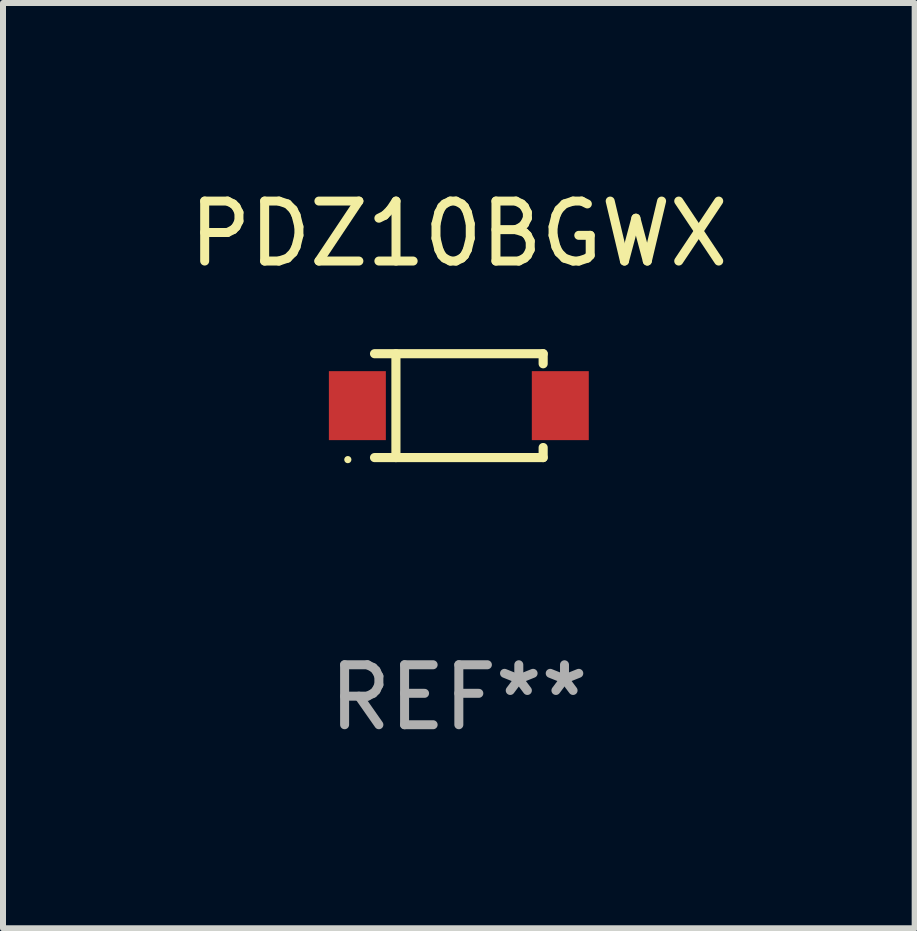
<source format=kicad_pcb>
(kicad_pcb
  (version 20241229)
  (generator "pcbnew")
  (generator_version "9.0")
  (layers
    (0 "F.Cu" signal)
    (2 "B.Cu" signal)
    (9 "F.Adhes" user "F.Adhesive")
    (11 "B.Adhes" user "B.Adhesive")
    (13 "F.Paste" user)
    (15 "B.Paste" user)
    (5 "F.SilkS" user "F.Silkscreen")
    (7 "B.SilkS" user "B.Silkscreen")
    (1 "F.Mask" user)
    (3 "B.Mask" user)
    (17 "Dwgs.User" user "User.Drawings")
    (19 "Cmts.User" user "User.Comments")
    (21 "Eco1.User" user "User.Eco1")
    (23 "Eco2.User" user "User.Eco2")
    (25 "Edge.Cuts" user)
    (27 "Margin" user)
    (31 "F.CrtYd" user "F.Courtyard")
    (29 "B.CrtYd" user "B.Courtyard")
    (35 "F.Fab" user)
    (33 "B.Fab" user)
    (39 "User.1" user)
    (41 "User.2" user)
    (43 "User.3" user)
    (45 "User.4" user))
  (footprint "PDZ10BGWX"
    (layer "F.Cu")
    (at 4.601 3.714)
    (property "Reference" "PDZ10BGWX" (at 0 -2.866 0) (layer "F.SilkS") (effects (font (size 1 1) (thickness 0.15))))
    (attr through_hole)
    (fp_line (start -1.406 -0.866) (end 1.406 -0.866) (stroke (width 0.152) (type solid)) (layer "F.SilkS"))
    (fp_line (start -1.406 0.866) (end 1.406 0.866) (stroke (width 0.152) (type solid)) (layer "F.SilkS"))
    (fp_line (start -1.049 -0.866) (end -1.049 0.866) (stroke (width 0.152) (type solid)) (layer "F.SilkS"))
    (fp_line (start 1.406 -0.866) (end 1.406 -0.698) (stroke (width 0.152) (type solid)) (layer "F.SilkS"))
    (fp_line (start 1.406 0.866) (end 1.406 0.698) (stroke (width 0.152) (type solid)) (layer "F.SilkS"))
    (fp_circle (center -1.851 0.9) (end -1.821 0.9) (stroke (width 0.06) (type solid)) (fill no) (layer "F.SilkS"))
    (fp_text user "REF**" (at 0 4.866 0) (layer "F.Fab") (effects (font (size 1 1) (thickness 0.15))))
    (pad "1" smd rect (at -1.692 0) (size 0.95 1.15) (layers "F.Cu" "F.Mask" "F.Paste"))
    (pad "2" smd rect (at 1.692 0) (size 0.95 1.15) (layers "F.Cu" "F.Mask" "F.Paste")))
  (gr_rect
    (start -3 -3)
    (end 12.202 12.429)
    (stroke (width 0.1) (type default))
    (fill no)
    (layer "Edge.Cuts")))
</source>
